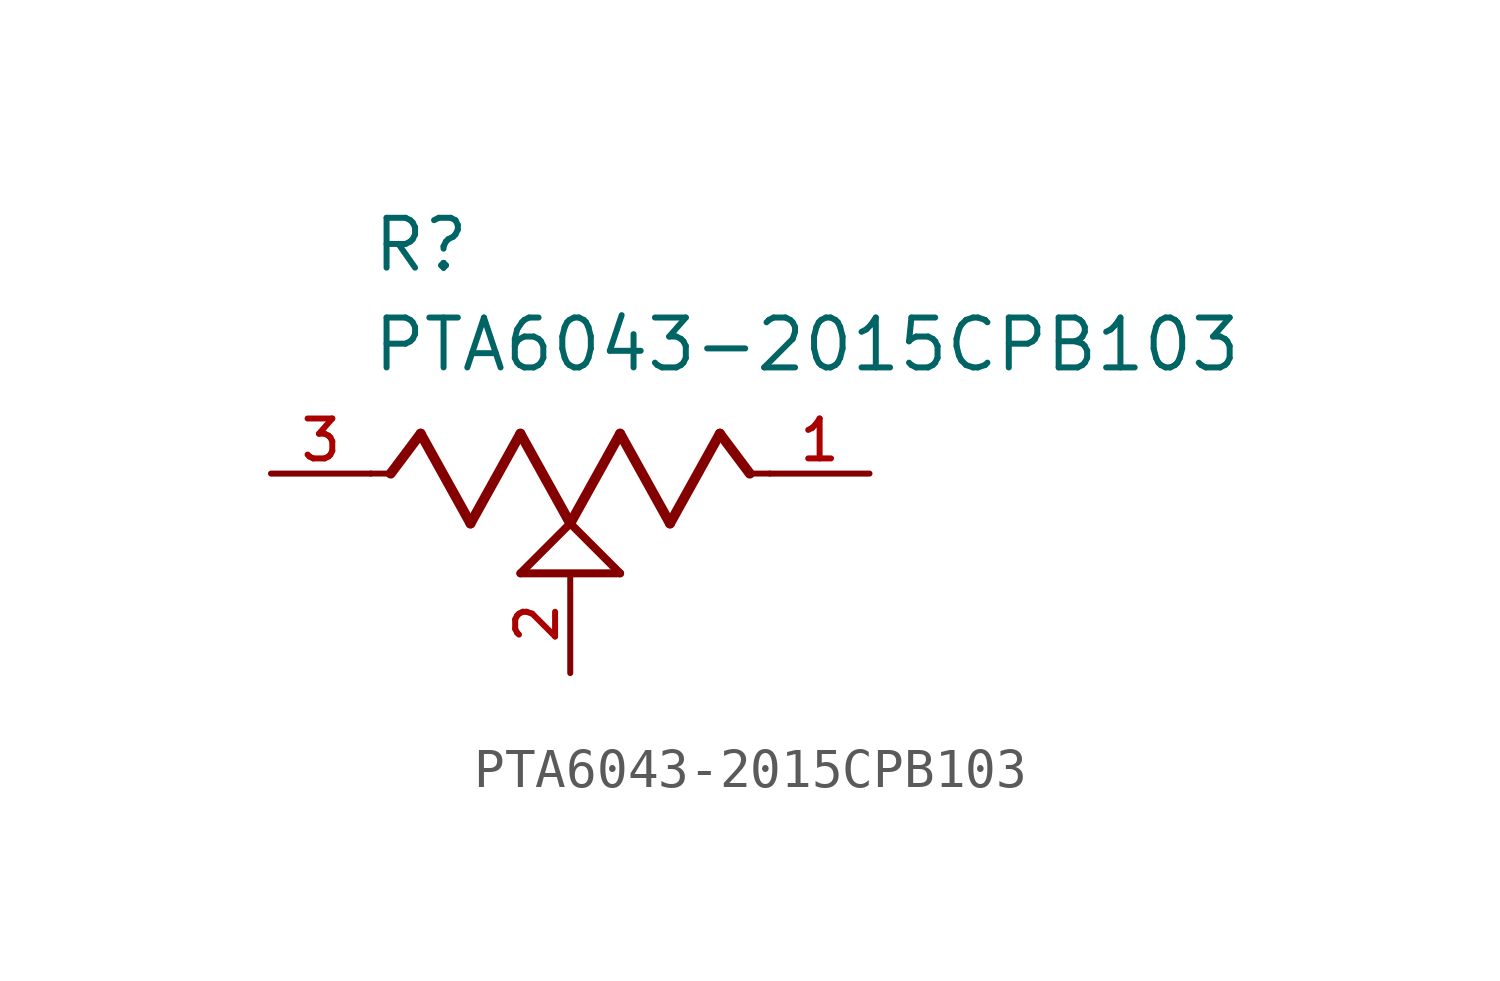
<source format=kicad_sym>
(kicad_symbol_lib
  (version 20231120)
  (generator "kicad_symbol_editor")
  (generator_version "8.0")
  (symbol "PTA6043-2015CPB103"
    (pin_names
      (offset 1.016))
    (property "Reference" "R"
      (at -5.08 5.08 0)
      (effects (font (size 1.27 1.27)) (justify left bottom)))
    (property "Value" "PTA6043-2015CPB103"
      (at -5.08 2.54 0)
      (effects (font (size 1.27 1.27)) (justify left bottom)))
    (symbol "PTA6043-2015CPB103_0_0"
      (polyline (pts (xy -5.08 0) (xy -4.572 0)) (stroke (width 0.152) (type default)) (fill (type none)))
      (polyline (pts (xy -4.572 0) (xy -3.81 1.016)) (stroke (width 0.254) (type default)) (fill (type none)))
      (polyline (pts (xy -3.81 1.016) (xy -2.54 -1.27)) (stroke (width 0.254) (type default)) (fill (type none)))
      (polyline (pts (xy -2.54 -1.27) (xy -1.27 1.016)) (stroke (width 0.254) (type default)) (fill (type none)))
      (polyline (pts (xy -1.27 -2.54) (xy 0 -1.27)) (stroke (width 0.203) (type default)) (fill (type none)))
      (polyline (pts (xy -1.27 1.016) (xy 0 -1.27)) (stroke (width 0.254) (type default)) (fill (type none)))
      (polyline (pts (xy 0 -1.27) (xy 1.27 -2.54)) (stroke (width 0.203) (type default)) (fill (type none)))
      (polyline (pts (xy 0 -1.27) (xy 1.27 1.016)) (stroke (width 0.254) (type default)) (fill (type none)))
      (polyline (pts (xy 1.27 -2.54) (xy -1.27 -2.54)) (stroke (width 0.203) (type default)) (fill (type none)))
      (polyline (pts (xy 1.27 1.016) (xy 2.54 -1.27)) (stroke (width 0.254) (type default)) (fill (type none)))
      (polyline (pts (xy 2.54 -1.27) (xy 3.81 1.016)) (stroke (width 0.254) (type default)) (fill (type none)))
      (polyline (pts (xy 3.81 1.016) (xy 4.572 0)) (stroke (width 0.254) (type default)) (fill (type none)))
      (polyline (pts (xy 4.572 0) (xy 5.08 0)) (stroke (width 0.152) (type default)) (fill (type none)))
      (pin passive line (at 7.62 0 180) (length 2.54) (name "~" (effects (font (size 1.016 1.016)))) (number "1" (effects (font (size 1.016 1.016)))))
      (pin passive line (at 0 -5.08 90) (length 2.54) (name "~" (effects (font (size 1.016 1.016)))) (number "2" (effects (font (size 1.016 1.016)))))
      (pin passive line (at -7.62 0 0) (length 2.54) (name "~" (effects (font (size 1.016 1.016)))) (number "3" (effects (font (size 1.016 1.016))))))))
</source>
